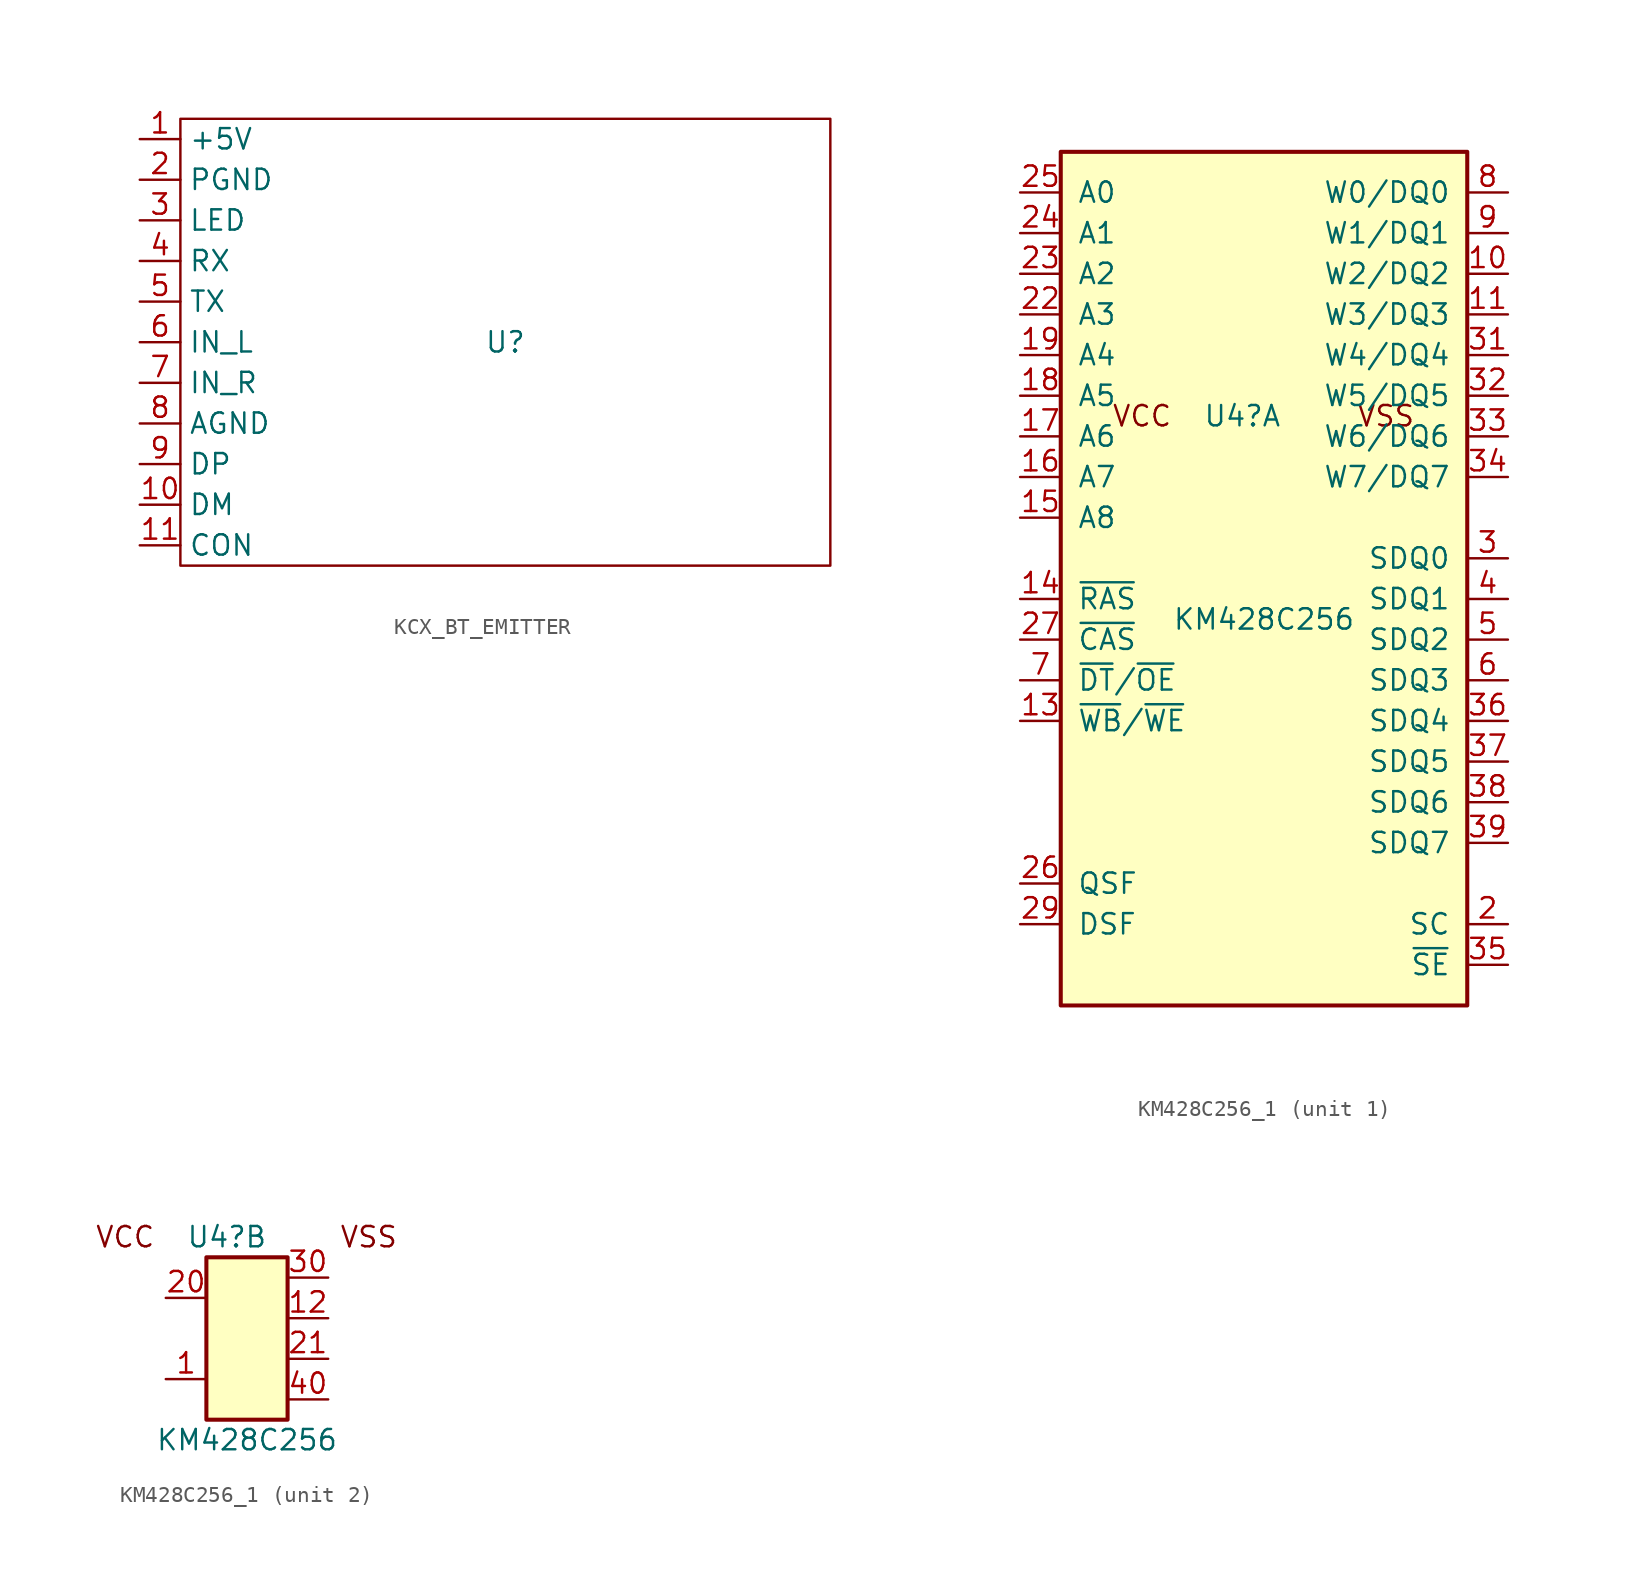
<source format=kicad_sym>
(kicad_symbol_lib
  (version 20220914)
  (generator kicad_symbol_editor)
  (symbol "KCX_BT_EMITTER"
    (property "Reference" "U"
      (at 0 0 0)
      (effects (font (size 1.27 1.27))))
    (property "Value" ""
      (at -12.7 -10.16 0)
      (effects (font (size 1.27 1.27))))
    (symbol "KCX_BT_EMITTER_0_1"
      (rectangle (start -20.32 13.97) (end 20.32 -13.97) (stroke (width 0) (type default)) (fill (type none))))
    (symbol "KCX_BT_EMITTER_1_1"
      (pin input line (at -22.86 12.7 0) (length 2.54) (name "+5V" (effects (font (size 1.27 1.27)))) (number "1" (effects (font (size 1.27 1.27)))))
      (pin input line (at -22.86 -10.16 0) (length 2.54) (name "DM" (effects (font (size 1.27 1.27)))) (number "10" (effects (font (size 1.27 1.27)))))
      (pin input line (at -22.86 -12.7 0) (length 2.54) (name "CON" (effects (font (size 1.27 1.27)))) (number "11" (effects (font (size 1.27 1.27)))))
      (pin input line (at -22.86 10.16 0) (length 2.54) (name "PGND" (effects (font (size 1.27 1.27)))) (number "2" (effects (font (size 1.27 1.27)))))
      (pin input line (at -22.86 7.62 0) (length 2.54) (name "LED" (effects (font (size 1.27 1.27)))) (number "3" (effects (font (size 1.27 1.27)))))
      (pin input line (at -22.86 5.08 0) (length 2.54) (name "RX" (effects (font (size 1.27 1.27)))) (number "4" (effects (font (size 1.27 1.27)))))
      (pin input line (at -22.86 2.54 0) (length 2.54) (name "TX" (effects (font (size 1.27 1.27)))) (number "5" (effects (font (size 1.27 1.27)))))
      (pin input line (at -22.86 0 0) (length 2.54) (name "IN_L" (effects (font (size 1.27 1.27)))) (number "6" (effects (font (size 1.27 1.27)))))
      (pin input line (at -22.86 -2.54 0) (length 2.54) (name "IN_R" (effects (font (size 1.27 1.27)))) (number "7" (effects (font (size 1.27 1.27)))))
      (pin input line (at -22.86 -5.08 0) (length 2.54) (name "AGND" (effects (font (size 1.27 1.27)))) (number "8" (effects (font (size 1.27 1.27)))))
      (pin input line (at -22.86 -7.62 0) (length 2.54) (name "DP" (effects (font (size 1.27 1.27)))) (number "9" (effects (font (size 1.27 1.27)))))))
  (symbol "KM428C256_1"
    (pin_names
      (offset 1.016))
    (property "Reference" "U4"
      (at -3.81 6.35 0)
      (effects (font (size 1.27 1.27)) (justify left)))
    (property "Value" "KM428C256"
      (at 0 -6.35 0)
      (effects (font (size 1.27 1.27))))
    (property "ki_locked" ""
      (at 0 0 0)
      (effects (font (size 1.27 1.27))))
    (symbol "KM428C256_1_0_0"
      (text "VCC" (at -7.62 6.35 0) (effects (font (size 1.27 1.27))))
      (text "VSS" (at 7.62 6.35 0) (effects (font (size 1.27 1.27)))))
    (symbol "KM428C256_1_1_1"
      (rectangle (start -12.7 22.86) (end 12.7 -30.48) (stroke (width 0.254) (type default)) (fill (type background)))
      (pin bidirectional line (at 15.24 15.24 180) (length 2.54) (name "W2/DQ2" (effects (font (size 1.27 1.27)))) (number "10" (effects (font (size 1.27 1.27)))))
      (pin bidirectional line (at 15.24 12.7 180) (length 2.54) (name "W3/DQ3" (effects (font (size 1.27 1.27)))) (number "11" (effects (font (size 1.27 1.27)))))
      (pin input line (at -15.24 -12.7 0) (length 2.54) (name "~{WB}/~{WE}" (effects (font (size 1.27 1.27)))) (number "13" (effects (font (size 1.27 1.27)))))
      (pin input line (at -15.24 -5.08 0) (length 2.54) (name "~{RAS}" (effects (font (size 1.27 1.27)))) (number "14" (effects (font (size 1.27 1.27)))))
      (pin input line (at -15.24 0 0) (length 2.54) (name "A8" (effects (font (size 1.27 1.27)))) (number "15" (effects (font (size 1.27 1.27)))))
      (pin input line (at -15.24 2.54 0) (length 2.54) (name "A7" (effects (font (size 1.27 1.27)))) (number "16" (effects (font (size 1.27 1.27)))))
      (pin input line (at -15.24 5.08 0) (length 2.54) (name "A6" (effects (font (size 1.27 1.27)))) (number "17" (effects (font (size 1.27 1.27)))))
      (pin input line (at -15.24 7.62 0) (length 2.54) (name "A5" (effects (font (size 1.27 1.27)))) (number "18" (effects (font (size 1.27 1.27)))))
      (pin input line (at -15.24 10.16 0) (length 2.54) (name "A4" (effects (font (size 1.27 1.27)))) (number "19" (effects (font (size 1.27 1.27)))))
      (pin input line (at 15.24 -25.4 180) (length 2.54) (name "SC" (effects (font (size 1.27 1.27)))) (number "2" (effects (font (size 1.27 1.27)))))
      (pin input line (at -15.24 12.7 0) (length 2.54) (name "A3" (effects (font (size 1.27 1.27)))) (number "22" (effects (font (size 1.27 1.27)))))
      (pin input line (at -15.24 15.24 0) (length 2.54) (name "A2" (effects (font (size 1.27 1.27)))) (number "23" (effects (font (size 1.27 1.27)))))
      (pin input line (at -15.24 17.78 0) (length 2.54) (name "A1" (effects (font (size 1.27 1.27)))) (number "24" (effects (font (size 1.27 1.27)))))
      (pin input line (at -15.24 20.32 0) (length 2.54) (name "A0" (effects (font (size 1.27 1.27)))) (number "25" (effects (font (size 1.27 1.27)))))
      (pin input line (at -15.24 -22.86 0) (length 2.54) (name "QSF" (effects (font (size 1.27 1.27)))) (number "26" (effects (font (size 1.27 1.27)))))
      (pin input line (at -15.24 -7.62 0) (length 2.54) (name "~{CAS}" (effects (font (size 1.27 1.27)))) (number "27" (effects (font (size 1.27 1.27)))))
      (pin no_connect line (at 10.16 0 180) (length 2.54) hide (name "N/C" (effects (font (size 1.27 1.27)))) (number "28" (effects (font (size 1.27 1.27)))))
      (pin input line (at -15.24 -25.4 0) (length 2.54) (name "DSF" (effects (font (size 1.27 1.27)))) (number "29" (effects (font (size 1.27 1.27)))))
      (pin bidirectional line (at 15.24 -2.54 180) (length 2.54) (name "SDQ0" (effects (font (size 1.27 1.27)))) (number "3" (effects (font (size 1.27 1.27)))))
      (pin bidirectional line (at 15.24 10.16 180) (length 2.54) (name "W4/DQ4" (effects (font (size 1.27 1.27)))) (number "31" (effects (font (size 1.27 1.27)))))
      (pin bidirectional line (at 15.24 7.62 180) (length 2.54) (name "W5/DQ5" (effects (font (size 1.27 1.27)))) (number "32" (effects (font (size 1.27 1.27)))))
      (pin bidirectional line (at 15.24 5.08 180) (length 2.54) (name "W6/DQ6" (effects (font (size 1.27 1.27)))) (number "33" (effects (font (size 1.27 1.27)))))
      (pin bidirectional line (at 15.24 2.54 180) (length 2.54) (name "W7/DQ7" (effects (font (size 1.27 1.27)))) (number "34" (effects (font (size 1.27 1.27)))))
      (pin input line (at 15.24 -27.94 180) (length 2.54) (name "~{SE}" (effects (font (size 1.27 1.27)))) (number "35" (effects (font (size 1.27 1.27)))))
      (pin bidirectional line (at 15.24 -12.7 180) (length 2.54) (name "SDQ4" (effects (font (size 1.27 1.27)))) (number "36" (effects (font (size 1.27 1.27)))))
      (pin bidirectional line (at 15.24 -15.24 180) (length 2.54) (name "SDQ5" (effects (font (size 1.27 1.27)))) (number "37" (effects (font (size 1.27 1.27)))))
      (pin bidirectional line (at 15.24 -17.78 180) (length 2.54) (name "SDQ6" (effects (font (size 1.27 1.27)))) (number "38" (effects (font (size 1.27 1.27)))))
      (pin bidirectional line (at 15.24 -20.32 180) (length 2.54) (name "SDQ7" (effects (font (size 1.27 1.27)))) (number "39" (effects (font (size 1.27 1.27)))))
      (pin bidirectional line (at 15.24 -5.08 180) (length 2.54) (name "SDQ1" (effects (font (size 1.27 1.27)))) (number "4" (effects (font (size 1.27 1.27)))))
      (pin bidirectional line (at 15.24 -7.62 180) (length 2.54) (name "SDQ2" (effects (font (size 1.27 1.27)))) (number "5" (effects (font (size 1.27 1.27)))))
      (pin bidirectional line (at 15.24 -10.16 180) (length 2.54) (name "SDQ3" (effects (font (size 1.27 1.27)))) (number "6" (effects (font (size 1.27 1.27)))))
      (pin input line (at -15.24 -10.16 0) (length 2.54) (name "~{DT}/~{OE}" (effects (font (size 1.27 1.27)))) (number "7" (effects (font (size 1.27 1.27)))))
      (pin bidirectional line (at 15.24 20.32 180) (length 2.54) (name "W0/DQ0" (effects (font (size 1.27 1.27)))) (number "8" (effects (font (size 1.27 1.27)))))
      (pin bidirectional line (at 15.24 17.78 180) (length 2.54) (name "W1/DQ1" (effects (font (size 1.27 1.27)))) (number "9" (effects (font (size 1.27 1.27))))))
    (symbol "KM428C256_1_2_1"
      (rectangle (start -2.54 5.08) (end 2.54 -5.08) (stroke (width 0.254) (type default)) (fill (type background)))
      (pin power_in line (at -5.08 -2.54 0) (length 2.54) (name "" (effects (font (size 1.27 1.27)))) (number "1" (effects (font (size 1.27 1.27)))))
      (pin passive line (at 5.08 1.27 180) (length 2.54) (name "" (effects (font (size 1.27 1.27)))) (number "12" (effects (font (size 1.27 1.27)))))
      (pin passive line (at -5.08 2.54 0) (length 2.54) (name "" (effects (font (size 1.27 1.27)))) (number "20" (effects (font (size 1.27 1.27)))))
      (pin passive line (at 5.08 -1.27 180) (length 2.54) (name "" (effects (font (size 1.27 1.27)))) (number "21" (effects (font (size 1.27 1.27)))))
      (pin passive line (at 5.08 3.81 180) (length 2.54) (name "" (effects (font (size 1.27 1.27)))) (number "30" (effects (font (size 1.27 1.27)))))
      (pin passive line (at 5.08 -3.81 180) (length 2.54) (name "" (effects (font (size 1.27 1.27)))) (number "40" (effects (font (size 1.27 1.27))))))))
</source>
